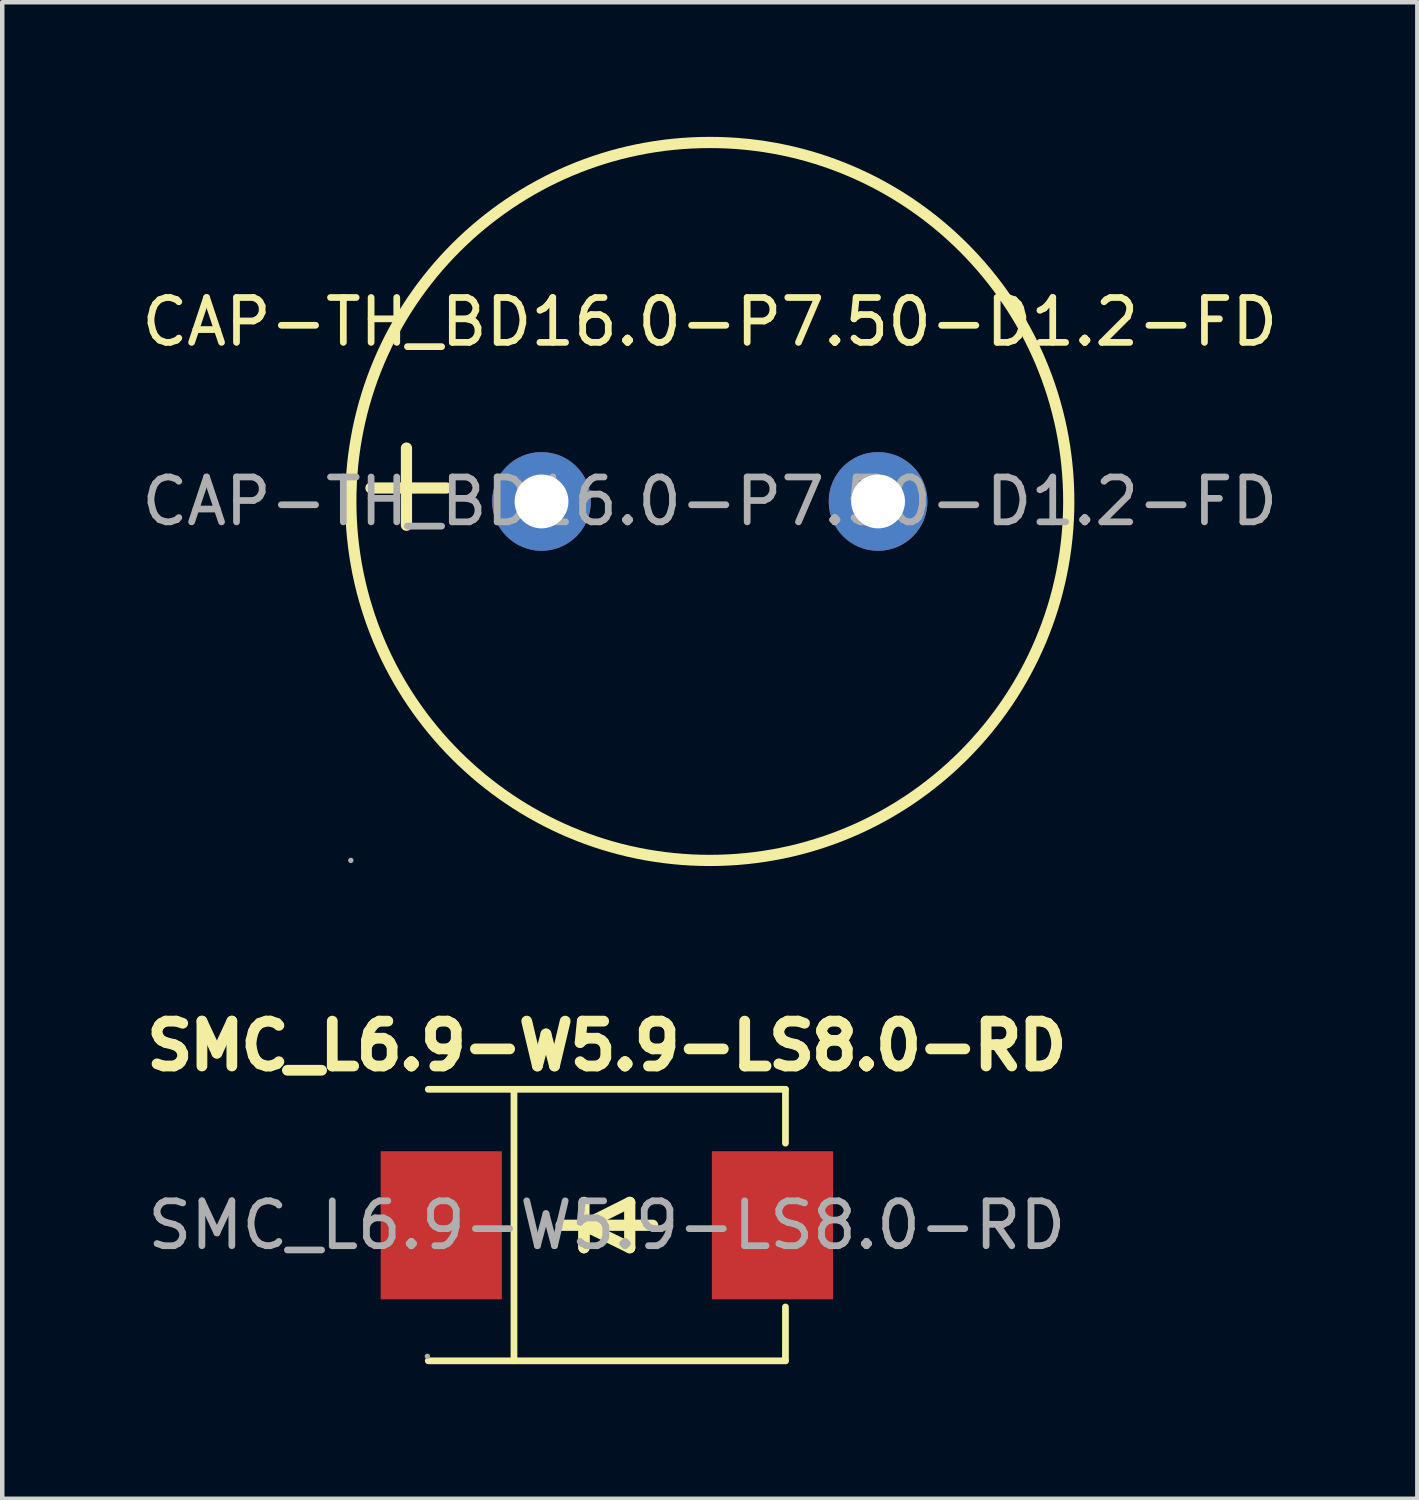
<source format=kicad_pcb>
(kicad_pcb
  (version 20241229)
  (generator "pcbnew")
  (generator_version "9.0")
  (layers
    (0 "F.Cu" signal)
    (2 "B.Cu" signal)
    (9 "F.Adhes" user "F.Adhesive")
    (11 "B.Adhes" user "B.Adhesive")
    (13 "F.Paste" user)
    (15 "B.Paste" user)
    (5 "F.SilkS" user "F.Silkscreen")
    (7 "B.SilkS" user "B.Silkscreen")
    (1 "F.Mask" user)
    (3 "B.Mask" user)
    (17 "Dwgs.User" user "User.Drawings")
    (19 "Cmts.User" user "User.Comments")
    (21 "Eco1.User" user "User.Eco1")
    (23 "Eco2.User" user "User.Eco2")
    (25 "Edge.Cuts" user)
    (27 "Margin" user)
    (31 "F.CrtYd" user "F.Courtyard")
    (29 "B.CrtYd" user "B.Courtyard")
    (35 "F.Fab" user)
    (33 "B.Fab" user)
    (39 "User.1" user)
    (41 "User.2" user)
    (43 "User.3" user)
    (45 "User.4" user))
  (footprint "CAP-TH_BD16.0-P7.50-D1.2-FD"
    (layer "F.Cu")
    (at 12.768 8.125)
    (property "Reference" "CAP-TH_BD16.0-P7.50-D1.2-FD" (at 0 -4 0) (layer "F.SilkS") (effects (font (size 1 1) (thickness 0.15))))
    (attr through_hole)
    (fp_line (start -6.76 0.53) (end -6.76 -1.19) (stroke (width 0.25) (type solid)) (layer "F.SilkS"))
    (fp_line (start -5.87 -0.3) (end -7.55 -0.3) (stroke (width 0.25) (type solid)) (layer "F.SilkS"))
    (fp_circle (center 0 0) (end 8 0) (stroke (width 0.25) (type solid)) (fill no) (layer "F.SilkS"))
    (fp_circle (center -8 8) (end -7.97 8) (stroke (width 0.06) (type solid)) (fill no) (layer "F.Fab"))
    (fp_circle (center -3.75 0) (end -3.55 0) (stroke (width 0.4) (type solid)) (fill no) (layer "F.Fab"))
    (fp_circle (center 3.75 0) (end 3.95 0) (stroke (width 0.4) (type solid)) (fill no) (layer "F.Fab"))
    (fp_text user "${REFERENCE}" (at 0 0 0) (layer "F.Fab") (effects (font (size 1 1) (thickness 0.15))))
    (pad "1" thru_hole circle (at -3.75 0) (size 2.2 2.2) (drill 1.2) (layers "*.Cu" "*.Paste" "*.Mask"))
    (pad "2" thru_hole circle (at 3.75 0) (size 2.2 2.2) (drill 1.2) (layers "*.Cu" "*.Paste" "*.Mask")))
  (footprint "SMC_L6.9-W5.9-LS8.0-RD"
    (layer "F.Cu")
    (at 10.474 24.256)
    (property "Reference" "SMC_L6.9-W5.9-LS8.0-RD" (at 0 -4 0) (layer "F.SilkS") (effects (font (size 1 1) (thickness 0.24))))
    (attr smd)
    (fp_line (start -3.98 -3.03) (end 3.98 -3.03) (stroke (width 0.15) (type solid)) (layer "F.SilkS"))
    (fp_line (start -3.98 3.02) (end 3.98 3.02) (stroke (width 0.15) (type solid)) (layer "F.SilkS"))
    (fp_line (start -2.07 -3.03) (end -2.07 3.02) (stroke (width 0.15) (type solid)) (layer "F.SilkS"))
    (fp_line (start -0.51 0) (end -0.51 0.5) (stroke (width 0.25) (type solid)) (layer "F.SilkS"))
    (fp_line (start -0.51 0) (end 0.51 0.5) (stroke (width 0.25) (type solid)) (layer "F.SilkS"))
    (fp_line (start -0.51 0.5) (end -0.51 -0.51) (stroke (width 0.25) (type solid)) (layer "F.SilkS"))
    (fp_line (start 0.51 -0.51) (end -0.51 0) (stroke (width 0.25) (type solid)) (layer "F.SilkS"))
    (fp_line (start 0.51 0.5) (end 0.51 -0.51) (stroke (width 0.25) (type solid)) (layer "F.SilkS"))
    (fp_line (start 1.02 0) (end -1.02 0) (stroke (width 0.25) (type solid)) (layer "F.SilkS"))
    (fp_line (start 3.98 -3.03) (end 3.98 -1.83) (stroke (width 0.15) (type solid)) (layer "F.SilkS"))
    (fp_line (start 3.98 3.02) (end 3.98 1.82) (stroke (width 0.15) (type solid)) (layer "F.SilkS"))
    (fp_circle (center -4 2.92) (end -3.97 2.92) (stroke (width 0.06) (type solid)) (fill no) (layer "F.Fab"))
    (fp_text user "${REFERENCE}" (at 0 0 0) (layer "F.Fab") (effects (font (size 1 1) (thickness 0.15))))
    (pad "1" smd rect (at -3.69 0) (size 2.7 3.3) (layers "F.Cu" "F.Mask" "F.Paste"))
    (pad "2" smd rect (at 3.69 0) (size 2.7 3.3) (layers "F.Cu" "F.Mask" "F.Paste")))
  (gr_rect
    (start -3 -3)
    (end 28.536 30.351)
    (stroke (width 0.1) (type default))
    (fill no)
    (layer "Edge.Cuts")))
</source>
